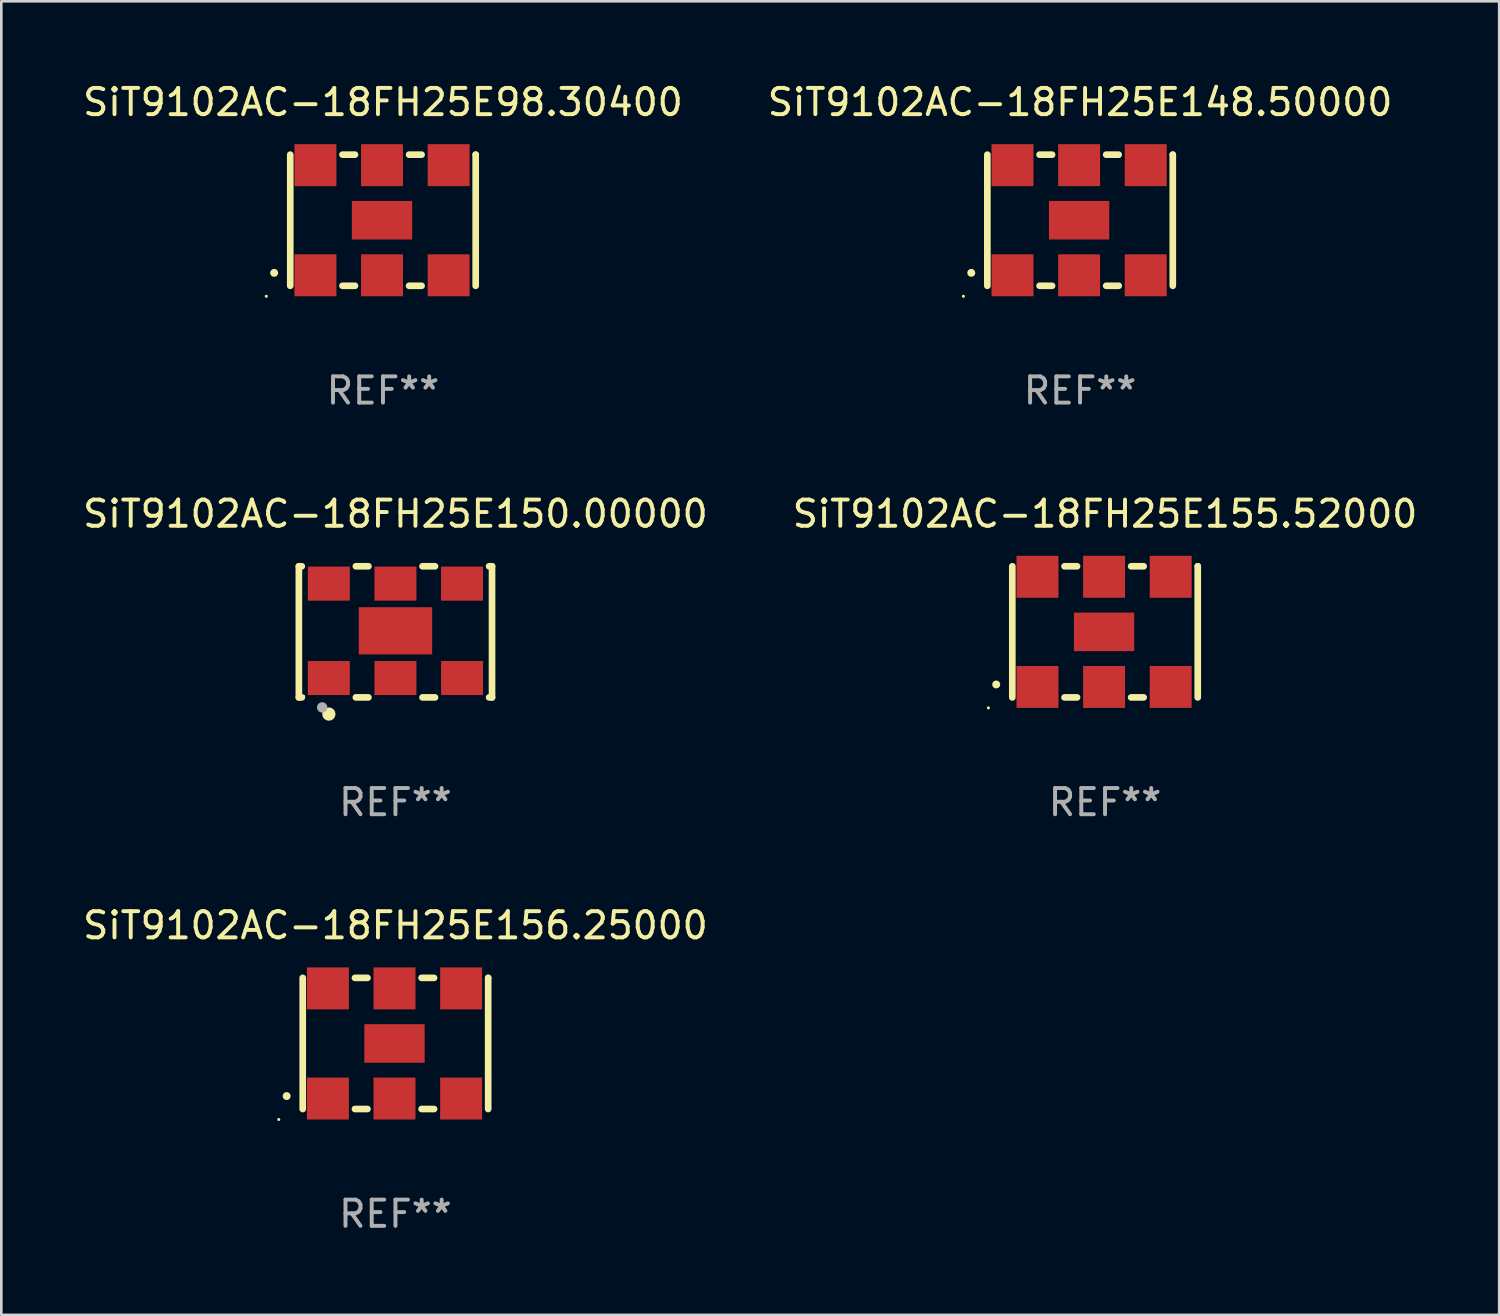
<source format=kicad_pcb>
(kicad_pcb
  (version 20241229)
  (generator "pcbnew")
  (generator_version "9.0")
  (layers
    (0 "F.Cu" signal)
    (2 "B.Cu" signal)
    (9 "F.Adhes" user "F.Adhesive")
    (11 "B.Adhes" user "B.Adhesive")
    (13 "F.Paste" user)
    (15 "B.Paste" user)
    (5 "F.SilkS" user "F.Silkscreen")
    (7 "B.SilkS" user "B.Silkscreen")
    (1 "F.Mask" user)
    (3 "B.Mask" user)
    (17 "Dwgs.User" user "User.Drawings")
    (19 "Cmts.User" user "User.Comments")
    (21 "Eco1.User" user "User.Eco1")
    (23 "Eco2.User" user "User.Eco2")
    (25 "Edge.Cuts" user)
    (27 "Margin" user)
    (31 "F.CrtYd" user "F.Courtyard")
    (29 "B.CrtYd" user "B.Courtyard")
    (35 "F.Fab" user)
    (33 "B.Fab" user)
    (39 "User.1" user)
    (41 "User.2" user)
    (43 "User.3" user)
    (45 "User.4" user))
  (footprint "SiT9102AC-18FH25E150.00000"
    (layer "F.Cu")
    (at 12.03 21.045)
    (property "Reference" "SiT9102AC-18FH25E150.00000" (at 0 -4.5 0) (layer "F.SilkS") (effects (font (size 1 1) (thickness 0.15))))
    (attr through_hole)
    (fp_line (start -3.683 -2.5) (end -3.571 -2.5) (stroke (width 0.254) (type solid)) (layer "F.SilkS"))
    (fp_line (start -3.683 2.5) (end -3.683 -2.5) (stroke (width 0.254) (type solid)) (layer "F.SilkS"))
    (fp_line (start -3.683 2.5) (end -3.571 2.5) (stroke (width 0.254) (type solid)) (layer "F.SilkS"))
    (fp_line (start -1.509 -2.5) (end -1.031 -2.5) (stroke (width 0.254) (type solid)) (layer "F.SilkS"))
    (fp_line (start -1.509 2.5) (end -1.031 2.5) (stroke (width 0.254) (type solid)) (layer "F.SilkS"))
    (fp_line (start 1.031 -2.5) (end 1.509 -2.5) (stroke (width 0.254) (type solid)) (layer "F.SilkS"))
    (fp_line (start 1.031 2.5) (end 1.509 2.5) (stroke (width 0.254) (type solid)) (layer "F.SilkS"))
    (fp_line (start 3.571 -2.5) (end 3.683 -2.5) (stroke (width 0.254) (type solid)) (layer "F.SilkS"))
    (fp_line (start 3.571 2.5) (end 3.683 2.5) (stroke (width 0.254) (type solid)) (layer "F.SilkS"))
    (fp_line (start 3.683 2.5) (end 3.683 -2.5) (stroke (width 0.254) (type solid)) (layer "F.SilkS"))
    (fp_circle (center -3.5 2.46) (end -3.47 2.46) (stroke (width 0.06) (type solid)) (fill no) (layer "F.SilkS"))
    (fp_circle (center -2.54 3.135) (end -2.413 3.135) (stroke (width 0.254) (type solid)) (fill no) (layer "F.SilkS"))
    (fp_circle (center -2.794 2.881) (end -2.694 2.881) (stroke (width 0.2) (type solid)) (fill no) (layer "F.Fab"))
    (fp_text user "REF**" (at 0 6.5 0) (layer "F.Fab") (effects (font (size 1 1) (thickness 0.15))))
    (pad "1" smd rect (at -2.54 1.76) (size 1.6 1.3) (layers "F.Cu" "F.Mask" "F.Paste"))
    (pad "2" smd rect (at 0 1.76) (size 1.6 1.3) (layers "F.Cu" "F.Mask" "F.Paste"))
    (pad "3" smd rect (at 2.54 1.76) (size 1.6 1.3) (layers "F.Cu" "F.Mask" "F.Paste"))
    (pad "4" smd rect (at 2.54 -1.84) (size 1.6 1.3) (layers "F.Cu" "F.Mask" "F.Paste"))
    (pad "5" smd rect (at 0 -1.84) (size 1.6 1.3) (layers "F.Cu" "F.Mask" "F.Paste"))
    (pad "6" smd rect (at -2.54 -1.84) (size 1.6 1.3) (layers "F.Cu" "F.Mask" "F.Paste"))
    (pad "7" smd rect (at 0 -0.04) (size 2.8 1.8) (layers "F.Cu" "F.Mask" "F.Paste")))
  (footprint "SiT9102AC-18FH25E155.52000"
    (layer "F.Cu")
    (at 39.089 21.045)
    (property "Reference" "SiT9102AC-18FH25E155.52000" (at 0 -4.5 0) (layer "F.SilkS") (effects (font (size 1 1) (thickness 0.15))))
    (attr through_hole)
    (fp_line (start -3.536 -2.5) (end -3.536 2.5) (stroke (width 0.254) (type solid)) (layer "F.SilkS"))
    (fp_line (start -1.544 2.5) (end -1.067 2.5) (stroke (width 0.254) (type solid)) (layer "F.SilkS"))
    (fp_line (start -1.067 -2.5) (end -1.544 -2.5) (stroke (width 0.254) (type solid)) (layer "F.SilkS"))
    (fp_line (start 0.996 2.5) (end 1.473 2.5) (stroke (width 0.254) (type solid)) (layer "F.SilkS"))
    (fp_line (start 1.473 -2.5) (end 0.996 -2.5) (stroke (width 0.254) (type solid)) (layer "F.SilkS"))
    (fp_line (start 3.536 -2.5) (end 3.536 -2.5) (stroke (width 0.254) (type solid)) (layer "F.SilkS"))
    (fp_line (start 3.536 2.5) (end 3.536 -2.5) (stroke (width 0.254) (type solid)) (layer "F.SilkS"))
    (fp_arc (start -4.150432 2.006604) (mid -4.149162 2.006599) (end -4.147892 2.006604) (stroke (width 0.3) (type solid)) (layer "F.SilkS"))
    (fp_circle (center -4.449 2.9) (end -4.419 2.9) (stroke (width 0.06) (type solid)) (fill no) (layer "F.SilkS"))
    (fp_text user "REF**" (at 0 6.5 0) (layer "F.Fab") (effects (font (size 1 1) (thickness 0.15))))
    (pad "1" smd rect (at -2.576 2.1) (size 1.6 1.6) (layers "F.Cu" "F.Mask" "F.Paste"))
    (pad "2" smd rect (at -0.036 2.1) (size 1.6 1.6) (layers "F.Cu" "F.Mask" "F.Paste"))
    (pad "3" smd rect (at 2.504 2.1) (size 1.6 1.6) (layers "F.Cu" "F.Mask" "F.Paste"))
    (pad "4" smd rect (at 2.504 -2.1) (size 1.6 1.6) (layers "F.Cu" "F.Mask" "F.Paste"))
    (pad "5" smd rect (at -0.036 -2.1) (size 1.6 1.6) (layers "F.Cu" "F.Mask" "F.Paste"))
    (pad "6" smd rect (at -2.576 -2.1) (size 1.6 1.6) (layers "F.Cu" "F.Mask" "F.Paste"))
    (pad "7" smd rect (at -0.036 0) (size 2.3 1.47) (layers "F.Cu" "F.Mask" "F.Paste")))
  (footprint "SiT9102AC-18FH25E156.25000"
    (layer "F.Cu")
    (at 12.03 36.741)
    (property "Reference" "SiT9102AC-18FH25E156.25000" (at 0 -4.5 0) (layer "F.SilkS") (effects (font (size 1 1) (thickness 0.15))))
    (attr through_hole)
    (fp_line (start -3.536 -2.5) (end -3.536 2.5) (stroke (width 0.254) (type solid)) (layer "F.SilkS"))
    (fp_line (start -1.544 2.5) (end -1.067 2.5) (stroke (width 0.254) (type solid)) (layer "F.SilkS"))
    (fp_line (start -1.067 -2.5) (end -1.544 -2.5) (stroke (width 0.254) (type solid)) (layer "F.SilkS"))
    (fp_line (start 0.996 2.5) (end 1.473 2.5) (stroke (width 0.254) (type solid)) (layer "F.SilkS"))
    (fp_line (start 1.473 -2.5) (end 0.996 -2.5) (stroke (width 0.254) (type solid)) (layer "F.SilkS"))
    (fp_line (start 3.536 -2.5) (end 3.536 -2.5) (stroke (width 0.254) (type solid)) (layer "F.SilkS"))
    (fp_line (start 3.536 2.5) (end 3.536 -2.5) (stroke (width 0.254) (type solid)) (layer "F.SilkS"))
    (fp_arc (start -4.150432 2.006604) (mid -4.149162 2.006599) (end -4.147892 2.006604) (stroke (width 0.3) (type solid)) (layer "F.SilkS"))
    (fp_circle (center -4.449 2.9) (end -4.419 2.9) (stroke (width 0.06) (type solid)) (fill no) (layer "F.SilkS"))
    (fp_text user "REF**" (at 0 6.5 0) (layer "F.Fab") (effects (font (size 1 1) (thickness 0.15))))
    (pad "1" smd rect (at -2.576 2.1) (size 1.6 1.6) (layers "F.Cu" "F.Mask" "F.Paste"))
    (pad "2" smd rect (at -0.036 2.1) (size 1.6 1.6) (layers "F.Cu" "F.Mask" "F.Paste"))
    (pad "3" smd rect (at 2.504 2.1) (size 1.6 1.6) (layers "F.Cu" "F.Mask" "F.Paste"))
    (pad "4" smd rect (at 2.504 -2.1) (size 1.6 1.6) (layers "F.Cu" "F.Mask" "F.Paste"))
    (pad "5" smd rect (at -0.036 -2.1) (size 1.6 1.6) (layers "F.Cu" "F.Mask" "F.Paste"))
    (pad "6" smd rect (at -2.576 -2.1) (size 1.6 1.6) (layers "F.Cu" "F.Mask" "F.Paste"))
    (pad "7" smd rect (at -0.036 0) (size 2.3 1.47) (layers "F.Cu" "F.Mask" "F.Paste")))
  (footprint "SiT9102AC-18FH25E98.30400"
    (layer "F.Cu")
    (at 11.554 5.348)
    (property "Reference" "SiT9102AC-18FH25E98.30400" (at 0 -4.5 0) (layer "F.SilkS") (effects (font (size 1 1) (thickness 0.15))))
    (attr through_hole)
    (fp_line (start -3.536 -2.5) (end -3.536 2.5) (stroke (width 0.254) (type solid)) (layer "F.SilkS"))
    (fp_line (start -1.544 2.5) (end -1.067 2.5) (stroke (width 0.254) (type solid)) (layer "F.SilkS"))
    (fp_line (start -1.067 -2.5) (end -1.544 -2.5) (stroke (width 0.254) (type solid)) (layer "F.SilkS"))
    (fp_line (start 0.996 2.5) (end 1.473 2.5) (stroke (width 0.254) (type solid)) (layer "F.SilkS"))
    (fp_line (start 1.473 -2.5) (end 0.996 -2.5) (stroke (width 0.254) (type solid)) (layer "F.SilkS"))
    (fp_line (start 3.536 -2.5) (end 3.536 -2.5) (stroke (width 0.254) (type solid)) (layer "F.SilkS"))
    (fp_line (start 3.536 2.5) (end 3.536 -2.5) (stroke (width 0.254) (type solid)) (layer "F.SilkS"))
    (fp_arc (start -4.150432 2.006604) (mid -4.149162 2.006599) (end -4.147892 2.006604) (stroke (width 0.3) (type solid)) (layer "F.SilkS"))
    (fp_circle (center -4.449 2.9) (end -4.419 2.9) (stroke (width 0.06) (type solid)) (fill no) (layer "F.SilkS"))
    (fp_text user "REF**" (at 0 6.5 0) (layer "F.Fab") (effects (font (size 1 1) (thickness 0.15))))
    (pad "1" smd rect (at -2.576 2.1) (size 1.6 1.6) (layers "F.Cu" "F.Mask" "F.Paste"))
    (pad "2" smd rect (at -0.036 2.1) (size 1.6 1.6) (layers "F.Cu" "F.Mask" "F.Paste"))
    (pad "3" smd rect (at 2.504 2.1) (size 1.6 1.6) (layers "F.Cu" "F.Mask" "F.Paste"))
    (pad "4" smd rect (at 2.504 -2.1) (size 1.6 1.6) (layers "F.Cu" "F.Mask" "F.Paste"))
    (pad "5" smd rect (at -0.036 -2.1) (size 1.6 1.6) (layers "F.Cu" "F.Mask" "F.Paste"))
    (pad "6" smd rect (at -2.576 -2.1) (size 1.6 1.6) (layers "F.Cu" "F.Mask" "F.Paste"))
    (pad "7" smd rect (at -0.036 0) (size 2.3 1.47) (layers "F.Cu" "F.Mask" "F.Paste")))
  (footprint "SiT9102AC-18FH25E148.50000"
    (layer "F.Cu")
    (at 38.137 5.348)
    (property "Reference" "SiT9102AC-18FH25E148.50000" (at 0 -4.5 0) (layer "F.SilkS") (effects (font (size 1 1) (thickness 0.15))))
    (attr through_hole)
    (fp_line (start -3.536 -2.5) (end -3.536 2.5) (stroke (width 0.254) (type solid)) (layer "F.SilkS"))
    (fp_line (start -1.544 2.5) (end -1.067 2.5) (stroke (width 0.254) (type solid)) (layer "F.SilkS"))
    (fp_line (start -1.067 -2.5) (end -1.544 -2.5) (stroke (width 0.254) (type solid)) (layer "F.SilkS"))
    (fp_line (start 0.996 2.5) (end 1.473 2.5) (stroke (width 0.254) (type solid)) (layer "F.SilkS"))
    (fp_line (start 1.473 -2.5) (end 0.996 -2.5) (stroke (width 0.254) (type solid)) (layer "F.SilkS"))
    (fp_line (start 3.536 -2.5) (end 3.536 -2.5) (stroke (width 0.254) (type solid)) (layer "F.SilkS"))
    (fp_line (start 3.536 2.5) (end 3.536 -2.5) (stroke (width 0.254) (type solid)) (layer "F.SilkS"))
    (fp_arc (start -4.150432 2.006604) (mid -4.149162 2.006599) (end -4.147892 2.006604) (stroke (width 0.3) (type solid)) (layer "F.SilkS"))
    (fp_circle (center -4.449 2.9) (end -4.419 2.9) (stroke (width 0.06) (type solid)) (fill no) (layer "F.SilkS"))
    (fp_text user "REF**" (at 0 6.5 0) (layer "F.Fab") (effects (font (size 1 1) (thickness 0.15))))
    (pad "1" smd rect (at -2.576 2.1) (size 1.6 1.6) (layers "F.Cu" "F.Mask" "F.Paste"))
    (pad "2" smd rect (at -0.036 2.1) (size 1.6 1.6) (layers "F.Cu" "F.Mask" "F.Paste"))
    (pad "3" smd rect (at 2.504 2.1) (size 1.6 1.6) (layers "F.Cu" "F.Mask" "F.Paste"))
    (pad "4" smd rect (at 2.504 -2.1) (size 1.6 1.6) (layers "F.Cu" "F.Mask" "F.Paste"))
    (pad "5" smd rect (at -0.036 -2.1) (size 1.6 1.6) (layers "F.Cu" "F.Mask" "F.Paste"))
    (pad "6" smd rect (at -2.576 -2.1) (size 1.6 1.6) (layers "F.Cu" "F.Mask" "F.Paste"))
    (pad "7" smd rect (at -0.036 0) (size 2.3 1.47) (layers "F.Cu" "F.Mask" "F.Paste")))
  (gr_rect
    (start -3 -3)
    (end 54.119 47.09)
    (stroke (width 0.1) (type default))
    (fill no)
    (layer "Edge.Cuts")))
</source>
